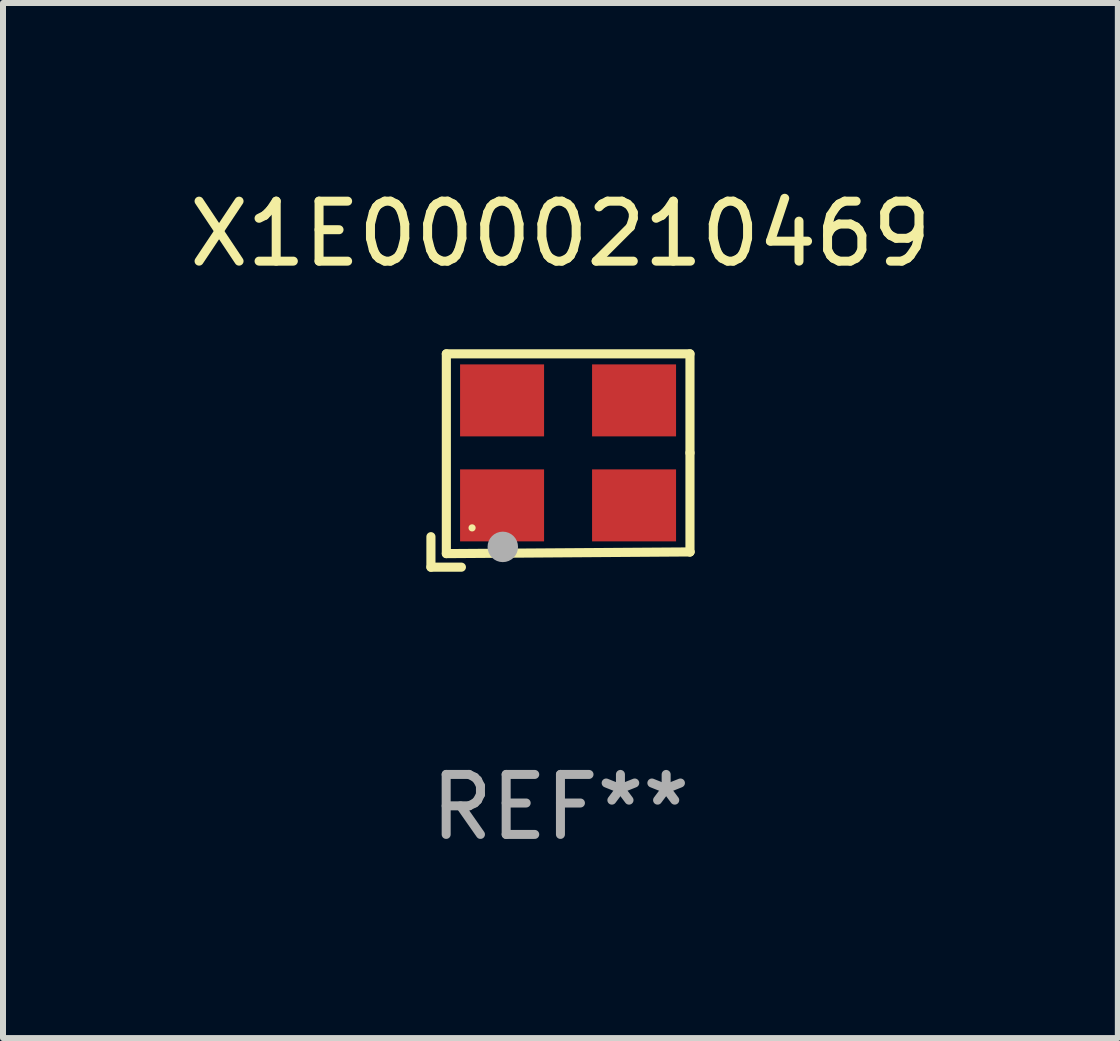
<source format=kicad_pcb>
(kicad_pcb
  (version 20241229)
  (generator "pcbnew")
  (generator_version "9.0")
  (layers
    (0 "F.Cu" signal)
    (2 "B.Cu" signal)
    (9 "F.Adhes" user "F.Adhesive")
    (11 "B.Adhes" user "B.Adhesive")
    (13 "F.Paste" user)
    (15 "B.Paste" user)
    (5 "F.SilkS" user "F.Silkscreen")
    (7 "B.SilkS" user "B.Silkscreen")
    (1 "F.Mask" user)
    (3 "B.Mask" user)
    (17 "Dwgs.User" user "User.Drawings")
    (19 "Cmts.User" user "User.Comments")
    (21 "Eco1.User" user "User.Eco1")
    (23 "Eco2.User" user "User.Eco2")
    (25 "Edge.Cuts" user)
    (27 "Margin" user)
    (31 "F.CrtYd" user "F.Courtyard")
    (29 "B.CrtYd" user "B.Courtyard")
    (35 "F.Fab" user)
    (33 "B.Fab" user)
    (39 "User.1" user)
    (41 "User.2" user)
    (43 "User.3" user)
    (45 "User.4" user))
  (footprint "X1E0000210469"
    (layer "F.Cu")
    (at 6.292 4.626)
    (property "Reference" "X1E0000210469" (at 0 -3.778 0) (layer "F.SilkS") (effects (font (size 1 1) (thickness 0.15))))
    (attr through_hole)
    (fp_line (start -2.159 1.27) (end -2.159 1.778) (stroke (width 0.152) (type solid)) (layer "F.SilkS"))
    (fp_line (start -2.159 1.778) (end -1.651 1.778) (stroke (width 0.152) (type solid)) (layer "F.SilkS"))
    (fp_line (start -1.902 -1.778) (end 2.159 -1.778) (stroke (width 0.152) (type solid)) (layer "F.SilkS"))
    (fp_line (start -1.902 1.552) (end -1.902 -1.778) (stroke (width 0.152) (type solid)) (layer "F.SilkS"))
    (fp_line (start 2.159 -1.778) (end 2.159 -0.127) (stroke (width 0.152) (type solid)) (layer "F.SilkS"))
    (fp_line (start 2.159 -0.127) (end 2.159 1.524) (stroke (width 0.152) (type solid)) (layer "F.SilkS"))
    (fp_line (start 2.159 1.524) (end -1.902 1.552) (stroke (width 0.152) (type solid)) (layer "F.SilkS"))
    (fp_line (start 2.159 1.524) (end 2.159 1.524) (stroke (width 0.152) (type solid)) (layer "F.SilkS"))
    (fp_circle (center -1.473 1.123) (end -1.443 1.123) (stroke (width 0.06) (type solid)) (fill no) (layer "F.SilkS"))
    (fp_circle (center -0.961 1.44) (end -0.834 1.44) (stroke (width 0.254) (type solid)) (fill no) (layer "F.Fab"))
    (fp_text user "REF**" (at 0 5.778 0) (layer "F.Fab") (effects (font (size 1 1) (thickness 0.15))))
    (pad "1" smd rect (at -0.973 0.748) (size 1.4 1.2) (layers "F.Cu" "F.Mask" "F.Paste"))
    (pad "2" smd rect (at 1.227 0.748) (size 1.4 1.2) (layers "F.Cu" "F.Mask" "F.Paste"))
    (pad "3" smd rect (at 1.227 -1.002) (size 1.4 1.2) (layers "F.Cu" "F.Mask" "F.Paste"))
    (pad "4" smd rect (at -0.973 -1.002) (size 1.4 1.2) (layers "F.Cu" "F.Mask" "F.Paste")))
  (gr_rect
    (start -3 -3)
    (end 15.583 14.253)
    (stroke (width 0.1) (type default))
    (fill no)
    (layer "Edge.Cuts")))
</source>
